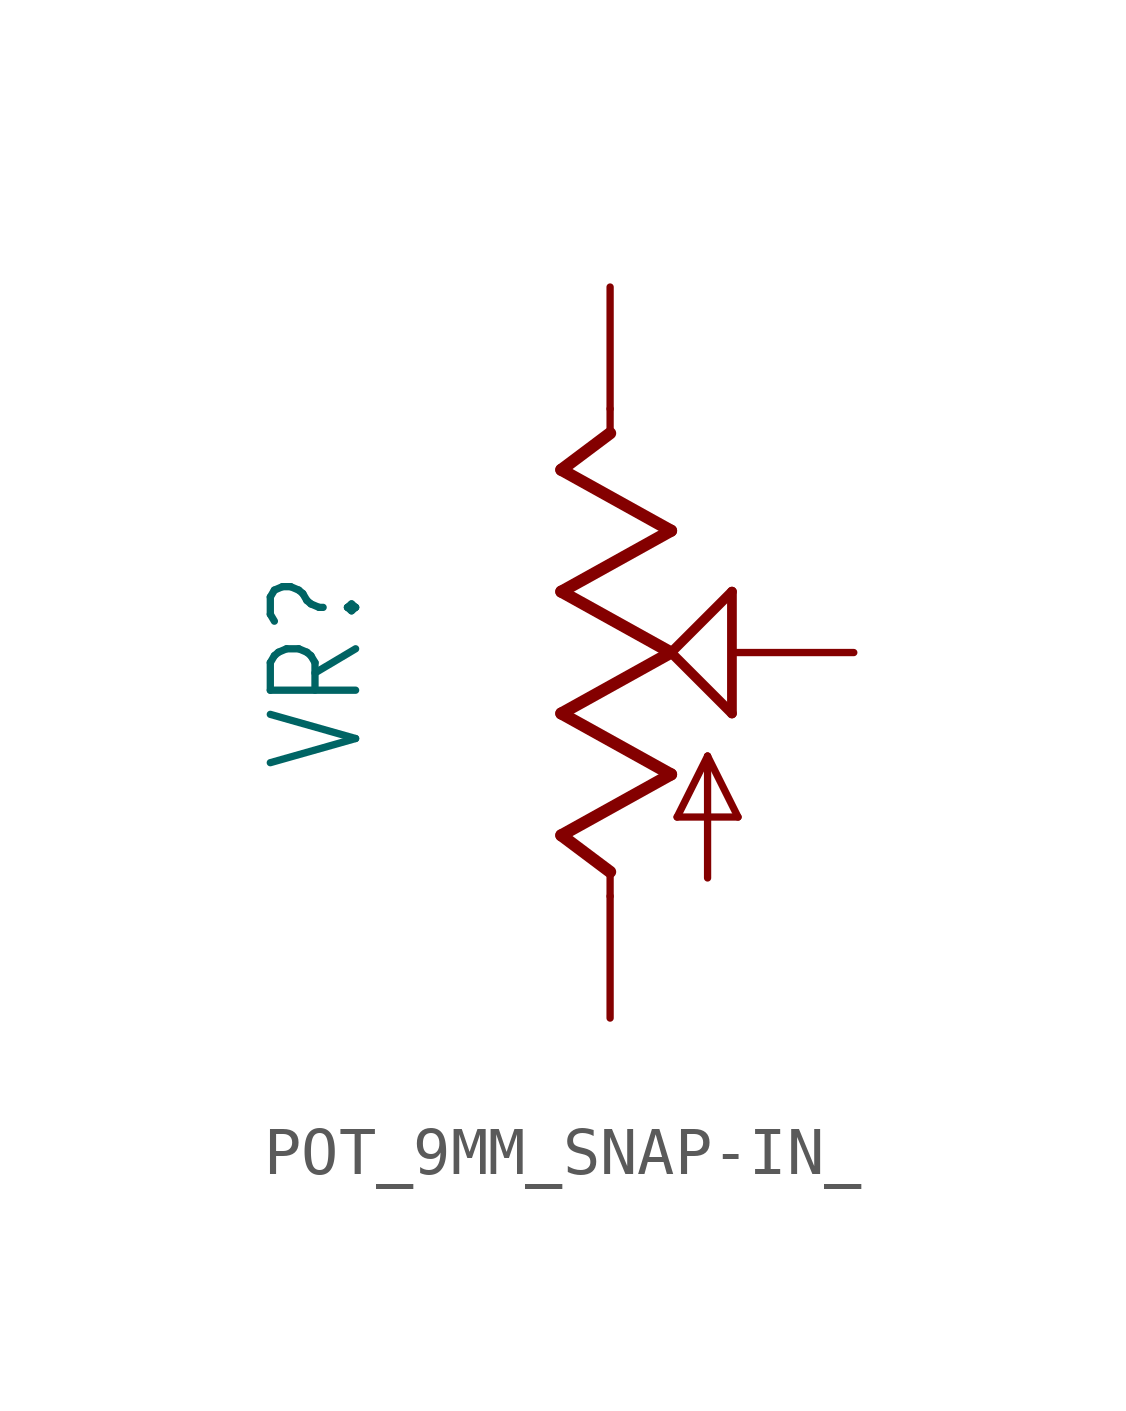
<source format=kicad_sym>
(kicad_symbol_lib
  (version 20231120)
  (generator "kicad_symbol_editor")
  (generator_version "8.0")
  (symbol "POT_9MM_SNAP-IN_"
    (property "Reference" "VR"
      (at -5.08 -2.54 90)
      (effects (font (size 1.778 1.511)) (justify left bottom)))
    (property "Value" ""
      (at -2.54 -2.54 90)
      (effects (font (size 1.778 1.511)) (justify left bottom)))
    (property "ki_locked" ""
      (at 0 0 0)
      (effects (font (size 1.27 1.27))))
    (symbol "POT_9MM_SNAP-IN__1_0"
      (polyline (pts (xy -1.016 -3.81) (xy 1.27 -2.54)) (stroke (width 0.254) (type solid)) (fill (type none)))
      (polyline (pts (xy -1.016 -1.27) (xy 1.27 0)) (stroke (width 0.254) (type solid)) (fill (type none)))
      (polyline (pts (xy -1.016 1.27) (xy 1.27 2.54)) (stroke (width 0.254) (type solid)) (fill (type none)))
      (polyline (pts (xy -1.016 3.81) (xy 0 4.572)) (stroke (width 0.254) (type solid)) (fill (type none)))
      (polyline (pts (xy 0 -5.08) (xy 0 -4.572)) (stroke (width 0.152) (type solid)) (fill (type none)))
      (polyline (pts (xy 0 -4.572) (xy -1.016 -3.81)) (stroke (width 0.254) (type solid)) (fill (type none)))
      (polyline (pts (xy 0 4.572) (xy 0 5.08)) (stroke (width 0.152) (type solid)) (fill (type none)))
      (polyline (pts (xy 1.27 -2.54) (xy -1.016 -1.27)) (stroke (width 0.254) (type solid)) (fill (type none)))
      (polyline (pts (xy 1.27 0) (xy -1.016 1.27)) (stroke (width 0.254) (type solid)) (fill (type none)))
      (polyline (pts (xy 1.27 0) (xy 2.54 1.27)) (stroke (width 0.203) (type solid)) (fill (type none)))
      (polyline (pts (xy 1.27 2.54) (xy -1.016 3.81)) (stroke (width 0.254) (type solid)) (fill (type none)))
      (polyline (pts (xy 1.397 -3.429) (xy 2.032 -2.159)) (stroke (width 0.152) (type solid)) (fill (type none)))
      (polyline (pts (xy 2.032 -4.699) (xy 2.032 -2.159)) (stroke (width 0.152) (type solid)) (fill (type none)))
      (polyline (pts (xy 2.032 -2.159) (xy 2.667 -3.429)) (stroke (width 0.152) (type solid)) (fill (type none)))
      (polyline (pts (xy 2.54 -1.27) (xy 1.27 0)) (stroke (width 0.203) (type solid)) (fill (type none)))
      (polyline (pts (xy 2.54 1.27) (xy 2.54 -1.27)) (stroke (width 0.203) (type solid)) (fill (type none)))
      (polyline (pts (xy 2.667 -3.429) (xy 1.397 -3.429)) (stroke (width 0.152) (type solid)) (fill (type none)))
      (pin passive line (at 0 -7.62 90) (length 2.54) (name "1" (effects (font (size 0 0)))) (number "1" (effects (font (size 0 0)))))
      (pin passive line (at 5.08 0 180) (length 2.54) (name "2" (effects (font (size 0 0)))) (number "2" (effects (font (size 0 0)))))
      (pin passive line (at 0 7.62 270) (length 2.54) (name "3" (effects (font (size 0 0)))) (number "3" (effects (font (size 0 0))))))))
</source>
